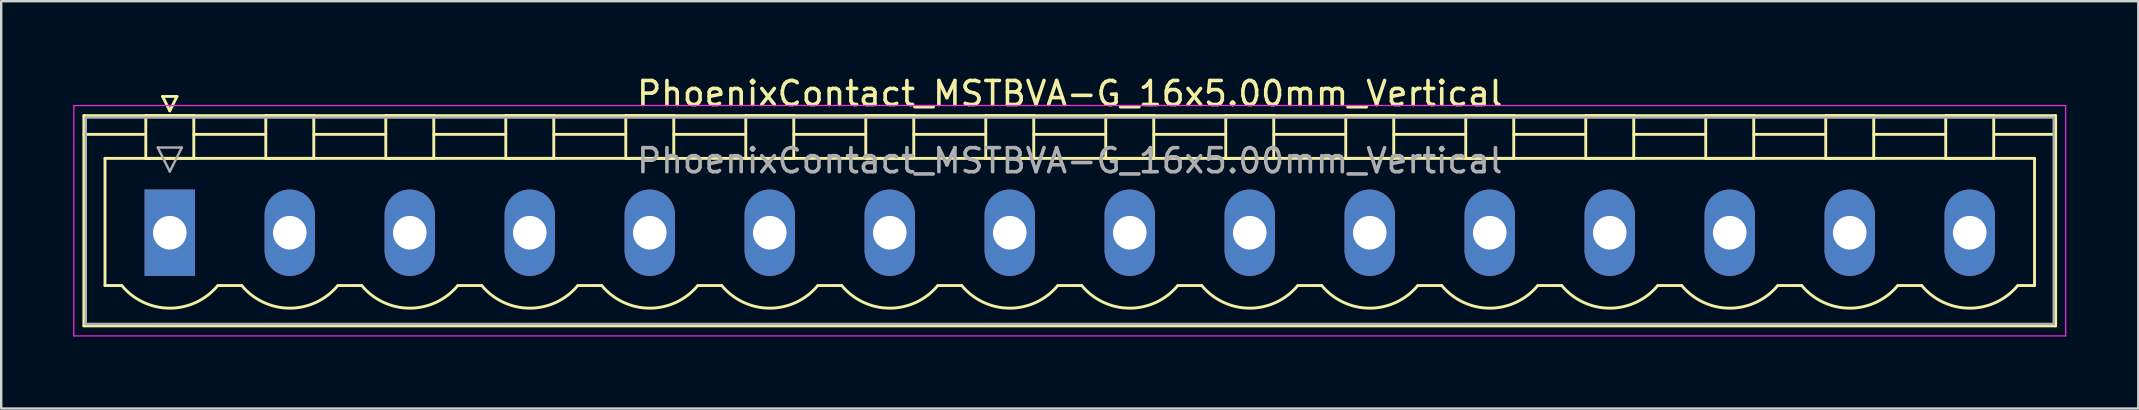
<source format=kicad_pcb>
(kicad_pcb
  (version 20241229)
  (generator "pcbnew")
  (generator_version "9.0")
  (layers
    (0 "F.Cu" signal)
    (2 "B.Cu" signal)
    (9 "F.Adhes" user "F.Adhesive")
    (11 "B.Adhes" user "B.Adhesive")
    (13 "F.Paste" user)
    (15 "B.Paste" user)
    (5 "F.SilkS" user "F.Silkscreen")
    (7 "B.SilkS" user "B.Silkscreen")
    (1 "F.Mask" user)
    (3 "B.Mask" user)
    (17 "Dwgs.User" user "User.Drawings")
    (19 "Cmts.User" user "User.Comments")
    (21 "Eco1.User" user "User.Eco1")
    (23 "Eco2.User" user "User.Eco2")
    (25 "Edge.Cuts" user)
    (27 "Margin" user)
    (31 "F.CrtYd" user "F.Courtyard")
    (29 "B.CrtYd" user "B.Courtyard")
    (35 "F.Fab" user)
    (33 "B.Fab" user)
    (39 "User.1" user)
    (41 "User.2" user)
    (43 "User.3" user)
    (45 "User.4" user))
  (footprint "PhoenixContact_MSTBVA-G_16x5.00mm_Vertical"
    (layer "F.Cu")
    (at 4.025 6.648)
    (property "Reference" "PhoenixContact_MSTBVA-G_16x5.00mm_Vertical" (at 37.5 -5.8 0) (layer "F.SilkS") (effects (font (size 1 1) (thickness 0.15))))
    (attr through_hole)
    (fp_line (start -3.58 -4.88) (end -3.58 3.88) (stroke (width 0.12) (type solid)) (layer "F.SilkS"))
    (fp_line (start -3.58 -4.1) (end -1.08 -4.1) (stroke (width 0.12) (type solid)) (layer "F.SilkS"))
    (fp_line (start -3.58 3.88) (end 78.58 3.88) (stroke (width 0.12) (type solid)) (layer "F.SilkS"))
    (fp_line (start -2.7 -3.1) (end 77.7 -3.1) (stroke (width 0.12) (type solid)) (layer "F.SilkS"))
    (fp_line (start -2.7 2.2) (end -2.7 -3.1) (stroke (width 0.12) (type solid)) (layer "F.SilkS"))
    (fp_line (start -2 2.2) (end -2.7 2.2) (stroke (width 0.12) (type solid)) (layer "F.SilkS"))
    (fp_line (start -1 -4.88) (end 1 -4.88) (stroke (width 0.12) (type solid)) (layer "F.SilkS"))
    (fp_line (start -1 -3.1) (end -1 -4.88) (stroke (width 0.12) (type solid)) (layer "F.SilkS"))
    (fp_line (start -0.3 -5.68) (end 0.3 -5.68) (stroke (width 0.12) (type solid)) (layer "F.SilkS"))
    (fp_line (start 0 -5.08) (end -0.3 -5.68) (stroke (width 0.12) (type solid)) (layer "F.SilkS"))
    (fp_line (start 0.3 -5.68) (end 0 -5.08) (stroke (width 0.12) (type solid)) (layer "F.SilkS"))
    (fp_line (start 1 -4.88) (end 1 -3.1) (stroke (width 0.12) (type solid)) (layer "F.SilkS"))
    (fp_line (start 1 -4.1) (end 4 -4.1) (stroke (width 0.12) (type solid)) (layer "F.SilkS"))
    (fp_line (start 1 -3.1) (end -1 -3.1) (stroke (width 0.12) (type solid)) (layer "F.SilkS"))
    (fp_line (start 2 2.2) (end 3 2.2) (stroke (width 0.12) (type solid)) (layer "F.SilkS"))
    (fp_line (start 4 -4.88) (end 6 -4.88) (stroke (width 0.12) (type solid)) (layer "F.SilkS"))
    (fp_line (start 4 -3.1) (end 4 -4.88) (stroke (width 0.12) (type solid)) (layer "F.SilkS"))
    (fp_line (start 6 -4.88) (end 6 -3.1) (stroke (width 0.12) (type solid)) (layer "F.SilkS"))
    (fp_line (start 6 -4.1) (end 9 -4.1) (stroke (width 0.12) (type solid)) (layer "F.SilkS"))
    (fp_line (start 6 -3.1) (end 4 -3.1) (stroke (width 0.12) (type solid)) (layer "F.SilkS"))
    (fp_line (start 7 2.2) (end 8 2.2) (stroke (width 0.12) (type solid)) (layer "F.SilkS"))
    (fp_line (start 9 -4.88) (end 11 -4.88) (stroke (width 0.12) (type solid)) (layer "F.SilkS"))
    (fp_line (start 9 -3.1) (end 9 -4.88) (stroke (width 0.12) (type solid)) (layer "F.SilkS"))
    (fp_line (start 11 -4.88) (end 11 -3.1) (stroke (width 0.12) (type solid)) (layer "F.SilkS"))
    (fp_line (start 11 -4.1) (end 14 -4.1) (stroke (width 0.12) (type solid)) (layer "F.SilkS"))
    (fp_line (start 11 -3.1) (end 9 -3.1) (stroke (width 0.12) (type solid)) (layer "F.SilkS"))
    (fp_line (start 12 2.2) (end 13 2.2) (stroke (width 0.12) (type solid)) (layer "F.SilkS"))
    (fp_line (start 14 -4.88) (end 16 -4.88) (stroke (width 0.12) (type solid)) (layer "F.SilkS"))
    (fp_line (start 14 -3.1) (end 14 -4.88) (stroke (width 0.12) (type solid)) (layer "F.SilkS"))
    (fp_line (start 16 -4.88) (end 16 -3.1) (stroke (width 0.12) (type solid)) (layer "F.SilkS"))
    (fp_line (start 16 -4.1) (end 19 -4.1) (stroke (width 0.12) (type solid)) (layer "F.SilkS"))
    (fp_line (start 16 -3.1) (end 14 -3.1) (stroke (width 0.12) (type solid)) (layer "F.SilkS"))
    (fp_line (start 17 2.2) (end 18 2.2) (stroke (width 0.12) (type solid)) (layer "F.SilkS"))
    (fp_line (start 19 -4.88) (end 21 -4.88) (stroke (width 0.12) (type solid)) (layer "F.SilkS"))
    (fp_line (start 19 -3.1) (end 19 -4.88) (stroke (width 0.12) (type solid)) (layer "F.SilkS"))
    (fp_line (start 21 -4.88) (end 21 -3.1) (stroke (width 0.12) (type solid)) (layer "F.SilkS"))
    (fp_line (start 21 -4.1) (end 24 -4.1) (stroke (width 0.12) (type solid)) (layer "F.SilkS"))
    (fp_line (start 21 -3.1) (end 19 -3.1) (stroke (width 0.12) (type solid)) (layer "F.SilkS"))
    (fp_line (start 22 2.2) (end 23 2.2) (stroke (width 0.12) (type solid)) (layer "F.SilkS"))
    (fp_line (start 24 -4.88) (end 26 -4.88) (stroke (width 0.12) (type solid)) (layer "F.SilkS"))
    (fp_line (start 24 -3.1) (end 24 -4.88) (stroke (width 0.12) (type solid)) (layer "F.SilkS"))
    (fp_line (start 26 -4.88) (end 26 -3.1) (stroke (width 0.12) (type solid)) (layer "F.SilkS"))
    (fp_line (start 26 -4.1) (end 29 -4.1) (stroke (width 0.12) (type solid)) (layer "F.SilkS"))
    (fp_line (start 26 -3.1) (end 24 -3.1) (stroke (width 0.12) (type solid)) (layer "F.SilkS"))
    (fp_line (start 27 2.2) (end 28 2.2) (stroke (width 0.12) (type solid)) (layer "F.SilkS"))
    (fp_line (start 29 -4.88) (end 31 -4.88) (stroke (width 0.12) (type solid)) (layer "F.SilkS"))
    (fp_line (start 29 -3.1) (end 29 -4.88) (stroke (width 0.12) (type solid)) (layer "F.SilkS"))
    (fp_line (start 31 -4.88) (end 31 -3.1) (stroke (width 0.12) (type solid)) (layer "F.SilkS"))
    (fp_line (start 31 -4.1) (end 34 -4.1) (stroke (width 0.12) (type solid)) (layer "F.SilkS"))
    (fp_line (start 31 -3.1) (end 29 -3.1) (stroke (width 0.12) (type solid)) (layer "F.SilkS"))
    (fp_line (start 32 2.2) (end 33 2.2) (stroke (width 0.12) (type solid)) (layer "F.SilkS"))
    (fp_line (start 34 -4.88) (end 36 -4.88) (stroke (width 0.12) (type solid)) (layer "F.SilkS"))
    (fp_line (start 34 -3.1) (end 34 -4.88) (stroke (width 0.12) (type solid)) (layer "F.SilkS"))
    (fp_line (start 36 -4.88) (end 36 -3.1) (stroke (width 0.12) (type solid)) (layer "F.SilkS"))
    (fp_line (start 36 -4.1) (end 39 -4.1) (stroke (width 0.12) (type solid)) (layer "F.SilkS"))
    (fp_line (start 36 -3.1) (end 34 -3.1) (stroke (width 0.12) (type solid)) (layer "F.SilkS"))
    (fp_line (start 37 2.2) (end 38 2.2) (stroke (width 0.12) (type solid)) (layer "F.SilkS"))
    (fp_line (start 39 -4.88) (end 41 -4.88) (stroke (width 0.12) (type solid)) (layer "F.SilkS"))
    (fp_line (start 39 -3.1) (end 39 -4.88) (stroke (width 0.12) (type solid)) (layer "F.SilkS"))
    (fp_line (start 41 -4.88) (end 41 -3.1) (stroke (width 0.12) (type solid)) (layer "F.SilkS"))
    (fp_line (start 41 -4.1) (end 44 -4.1) (stroke (width 0.12) (type solid)) (layer "F.SilkS"))
    (fp_line (start 41 -3.1) (end 39 -3.1) (stroke (width 0.12) (type solid)) (layer "F.SilkS"))
    (fp_line (start 42 2.2) (end 43 2.2) (stroke (width 0.12) (type solid)) (layer "F.SilkS"))
    (fp_line (start 44 -4.88) (end 46 -4.88) (stroke (width 0.12) (type solid)) (layer "F.SilkS"))
    (fp_line (start 44 -3.1) (end 44 -4.88) (stroke (width 0.12) (type solid)) (layer "F.SilkS"))
    (fp_line (start 46 -4.88) (end 46 -3.1) (stroke (width 0.12) (type solid)) (layer "F.SilkS"))
    (fp_line (start 46 -4.1) (end 49 -4.1) (stroke (width 0.12) (type solid)) (layer "F.SilkS"))
    (fp_line (start 46 -3.1) (end 44 -3.1) (stroke (width 0.12) (type solid)) (layer "F.SilkS"))
    (fp_line (start 47 2.2) (end 48 2.2) (stroke (width 0.12) (type solid)) (layer "F.SilkS"))
    (fp_line (start 49 -4.88) (end 51 -4.88) (stroke (width 0.12) (type solid)) (layer "F.SilkS"))
    (fp_line (start 49 -3.1) (end 49 -4.88) (stroke (width 0.12) (type solid)) (layer "F.SilkS"))
    (fp_line (start 51 -4.88) (end 51 -3.1) (stroke (width 0.12) (type solid)) (layer "F.SilkS"))
    (fp_line (start 51 -4.1) (end 54 -4.1) (stroke (width 0.12) (type solid)) (layer "F.SilkS"))
    (fp_line (start 51 -3.1) (end 49 -3.1) (stroke (width 0.12) (type solid)) (layer "F.SilkS"))
    (fp_line (start 52 2.2) (end 53 2.2) (stroke (width 0.12) (type solid)) (layer "F.SilkS"))
    (fp_line (start 54 -4.88) (end 56 -4.88) (stroke (width 0.12) (type solid)) (layer "F.SilkS"))
    (fp_line (start 54 -3.1) (end 54 -4.88) (stroke (width 0.12) (type solid)) (layer "F.SilkS"))
    (fp_line (start 56 -4.88) (end 56 -3.1) (stroke (width 0.12) (type solid)) (layer "F.SilkS"))
    (fp_line (start 56 -4.1) (end 59 -4.1) (stroke (width 0.12) (type solid)) (layer "F.SilkS"))
    (fp_line (start 56 -3.1) (end 54 -3.1) (stroke (width 0.12) (type solid)) (layer "F.SilkS"))
    (fp_line (start 57 2.2) (end 58 2.2) (stroke (width 0.12) (type solid)) (layer "F.SilkS"))
    (fp_line (start 59 -4.88) (end 61 -4.88) (stroke (width 0.12) (type solid)) (layer "F.SilkS"))
    (fp_line (start 59 -3.1) (end 59 -4.88) (stroke (width 0.12) (type solid)) (layer "F.SilkS"))
    (fp_line (start 61 -4.88) (end 61 -3.1) (stroke (width 0.12) (type solid)) (layer "F.SilkS"))
    (fp_line (start 61 -4.1) (end 64 -4.1) (stroke (width 0.12) (type solid)) (layer "F.SilkS"))
    (fp_line (start 61 -3.1) (end 59 -3.1) (stroke (width 0.12) (type solid)) (layer "F.SilkS"))
    (fp_line (start 62 2.2) (end 63 2.2) (stroke (width 0.12) (type solid)) (layer "F.SilkS"))
    (fp_line (start 64 -4.88) (end 66 -4.88) (stroke (width 0.12) (type solid)) (layer "F.SilkS"))
    (fp_line (start 64 -3.1) (end 64 -4.88) (stroke (width 0.12) (type solid)) (layer "F.SilkS"))
    (fp_line (start 66 -4.88) (end 66 -3.1) (stroke (width 0.12) (type solid)) (layer "F.SilkS"))
    (fp_line (start 66 -4.1) (end 69 -4.1) (stroke (width 0.12) (type solid)) (layer "F.SilkS"))
    (fp_line (start 66 -3.1) (end 64 -3.1) (stroke (width 0.12) (type solid)) (layer "F.SilkS"))
    (fp_line (start 67 2.2) (end 68 2.2) (stroke (width 0.12) (type solid)) (layer "F.SilkS"))
    (fp_line (start 69 -4.88) (end 71 -4.88) (stroke (width 0.12) (type solid)) (layer "F.SilkS"))
    (fp_line (start 69 -3.1) (end 69 -4.88) (stroke (width 0.12) (type solid)) (layer "F.SilkS"))
    (fp_line (start 71 -4.88) (end 71 -3.1) (stroke (width 0.12) (type solid)) (layer "F.SilkS"))
    (fp_line (start 71 -4.1) (end 74 -4.1) (stroke (width 0.12) (type solid)) (layer "F.SilkS"))
    (fp_line (start 71 -3.1) (end 69 -3.1) (stroke (width 0.12) (type solid)) (layer "F.SilkS"))
    (fp_line (start 72 2.2) (end 73 2.2) (stroke (width 0.12) (type solid)) (layer "F.SilkS"))
    (fp_line (start 74 -4.88) (end 76 -4.88) (stroke (width 0.12) (type solid)) (layer "F.SilkS"))
    (fp_line (start 74 -3.1) (end 74 -4.88) (stroke (width 0.12) (type solid)) (layer "F.SilkS"))
    (fp_line (start 76 -4.88) (end 76 -3.1) (stroke (width 0.12) (type solid)) (layer "F.SilkS"))
    (fp_line (start 76 -3.1) (end 74 -3.1) (stroke (width 0.12) (type solid)) (layer "F.SilkS"))
    (fp_line (start 77.7 -3.1) (end 77.7 2.2) (stroke (width 0.12) (type solid)) (layer "F.SilkS"))
    (fp_line (start 77.7 2.2) (end 77 2.2) (stroke (width 0.12) (type solid)) (layer "F.SilkS"))
    (fp_line (start 78.58 -4.88) (end -3.58 -4.88) (stroke (width 0.12) (type solid)) (layer "F.SilkS"))
    (fp_line (start 78.58 -4.1) (end 76.08 -4.1) (stroke (width 0.12) (type solid)) (layer "F.SilkS"))
    (fp_line (start 78.58 3.88) (end 78.58 -4.88) (stroke (width 0.12) (type solid)) (layer "F.SilkS"))
    (fp_arc (start 1.986842 2.215821) (mid -0.010289 3.142758) (end -2 2.2) (stroke (width 0.12) (type solid)) (layer "F.SilkS"))
    (fp_arc (start 6.986842 2.215821) (mid 4.989711 3.142758) (end 3 2.2) (stroke (width 0.12) (type solid)) (layer "F.SilkS"))
    (fp_arc (start 11.986842 2.215821) (mid 9.989711 3.142758) (end 8 2.2) (stroke (width 0.12) (type solid)) (layer "F.SilkS"))
    (fp_arc (start 16.986842 2.215821) (mid 14.989711 3.142758) (end 13 2.2) (stroke (width 0.12) (type solid)) (layer "F.SilkS"))
    (fp_arc (start 21.986842 2.215821) (mid 19.989711 3.142758) (end 18 2.2) (stroke (width 0.12) (type solid)) (layer "F.SilkS"))
    (fp_arc (start 26.986842 2.215821) (mid 24.989711 3.142758) (end 23 2.2) (stroke (width 0.12) (type solid)) (layer "F.SilkS"))
    (fp_arc (start 31.986842 2.215821) (mid 29.989711 3.142758) (end 28 2.2) (stroke (width 0.12) (type solid)) (layer "F.SilkS"))
    (fp_arc (start 36.986842 2.215821) (mid 34.989711 3.142758) (end 33 2.2) (stroke (width 0.12) (type solid)) (layer "F.SilkS"))
    (fp_arc (start 41.986842 2.215821) (mid 39.989711 3.142758) (end 38 2.2) (stroke (width 0.12) (type solid)) (layer "F.SilkS"))
    (fp_arc (start 46.986842 2.215821) (mid 44.989711 3.142758) (end 43 2.2) (stroke (width 0.12) (type solid)) (layer "F.SilkS"))
    (fp_arc (start 51.986842 2.215821) (mid 49.989711 3.142758) (end 48 2.2) (stroke (width 0.12) (type solid)) (layer "F.SilkS"))
    (fp_arc (start 56.986842 2.215821) (mid 54.989711 3.142758) (end 53 2.2) (stroke (width 0.12) (type solid)) (layer "F.SilkS"))
    (fp_arc (start 61.986842 2.215821) (mid 59.989711 3.142758) (end 58 2.2) (stroke (width 0.12) (type solid)) (layer "F.SilkS"))
    (fp_arc (start 66.986842 2.215821) (mid 64.989711 3.142758) (end 63 2.2) (stroke (width 0.12) (type solid)) (layer "F.SilkS"))
    (fp_arc (start 71.986842 2.215821) (mid 69.989711 3.142758) (end 68 2.2) (stroke (width 0.12) (type solid)) (layer "F.SilkS"))
    (fp_arc (start 76.986842 2.215821) (mid 74.989711 3.142758) (end 73 2.2) (stroke (width 0.12) (type solid)) (layer "F.SilkS"))
    (fp_line (start -4 -5.3) (end -4 4.3) (stroke (width 0.05) (type solid)) (layer "F.CrtYd"))
    (fp_line (start -4 4.3) (end 79 4.3) (stroke (width 0.05) (type solid)) (layer "F.CrtYd"))
    (fp_line (start 79 -5.3) (end -4 -5.3) (stroke (width 0.05) (type solid)) (layer "F.CrtYd"))
    (fp_line (start 79 4.3) (end 79 -5.3) (stroke (width 0.05) (type solid)) (layer "F.CrtYd"))
    (fp_line (start -3.5 -4.8) (end -3.5 3.8) (stroke (width 0.1) (type solid)) (layer "F.Fab"))
    (fp_line (start -3.5 3.8) (end 78.5 3.8) (stroke (width 0.1) (type solid)) (layer "F.Fab"))
    (fp_line (start -0.5 -3.55) (end 0.5 -3.55) (stroke (width 0.1) (type solid)) (layer "F.Fab"))
    (fp_line (start 0 -2.55) (end -0.5 -3.55) (stroke (width 0.1) (type solid)) (layer "F.Fab"))
    (fp_line (start 0.5 -3.55) (end 0 -2.55) (stroke (width 0.1) (type solid)) (layer "F.Fab"))
    (fp_line (start 78.5 -4.8) (end -3.5 -4.8) (stroke (width 0.1) (type solid)) (layer "F.Fab"))
    (fp_line (start 78.5 3.8) (end 78.5 -4.8) (stroke (width 0.1) (type solid)) (layer "F.Fab"))
    (fp_text user "${REFERENCE}" (at 37.5 -3 0) (layer "F.Fab") (effects (font (size 1 1) (thickness 0.15))))
    (pad "1" thru_hole rect (at 0 0) (size 2.1 3.6) (drill 1.4) (layers "*.Cu" "*.Mask"))
    (pad "2" thru_hole oval (at 5 0) (size 2.1 3.6) (drill 1.4) (layers "*.Cu" "*.Mask"))
    (pad "3" thru_hole oval (at 10 0) (size 2.1 3.6) (drill 1.4) (layers "*.Cu" "*.Mask"))
    (pad "4" thru_hole oval (at 15 0) (size 2.1 3.6) (drill 1.4) (layers "*.Cu" "*.Mask"))
    (pad "5" thru_hole oval (at 20 0) (size 2.1 3.6) (drill 1.4) (layers "*.Cu" "*.Mask"))
    (pad "6" thru_hole oval (at 25 0) (size 2.1 3.6) (drill 1.4) (layers "*.Cu" "*.Mask"))
    (pad "7" thru_hole oval (at 30 0) (size 2.1 3.6) (drill 1.4) (layers "*.Cu" "*.Mask"))
    (pad "8" thru_hole oval (at 35 0) (size 2.1 3.6) (drill 1.4) (layers "*.Cu" "*.Mask"))
    (pad "9" thru_hole oval (at 40 0) (size 2.1 3.6) (drill 1.4) (layers "*.Cu" "*.Mask"))
    (pad "10" thru_hole oval (at 45 0) (size 2.1 3.6) (drill 1.4) (layers "*.Cu" "*.Mask"))
    (pad "11" thru_hole oval (at 50 0) (size 2.1 3.6) (drill 1.4) (layers "*.Cu" "*.Mask"))
    (pad "12" thru_hole oval (at 55 0) (size 2.1 3.6) (drill 1.4) (layers "*.Cu" "*.Mask"))
    (pad "13" thru_hole oval (at 60 0) (size 2.1 3.6) (drill 1.4) (layers "*.Cu" "*.Mask"))
    (pad "14" thru_hole oval (at 65 0) (size 2.1 3.6) (drill 1.4) (layers "*.Cu" "*.Mask"))
    (pad "15" thru_hole oval (at 70 0) (size 2.1 3.6) (drill 1.4) (layers "*.Cu" "*.Mask"))
    (pad "16" thru_hole oval (at 75 0) (size 2.1 3.6) (drill 1.4) (layers "*.Cu" "*.Mask")))
  (gr_rect
    (start -3 -3)
    (end 86.05 13.973)
    (stroke (width 0.1) (type default))
    (fill no)
    (layer "Edge.Cuts")))
</source>
